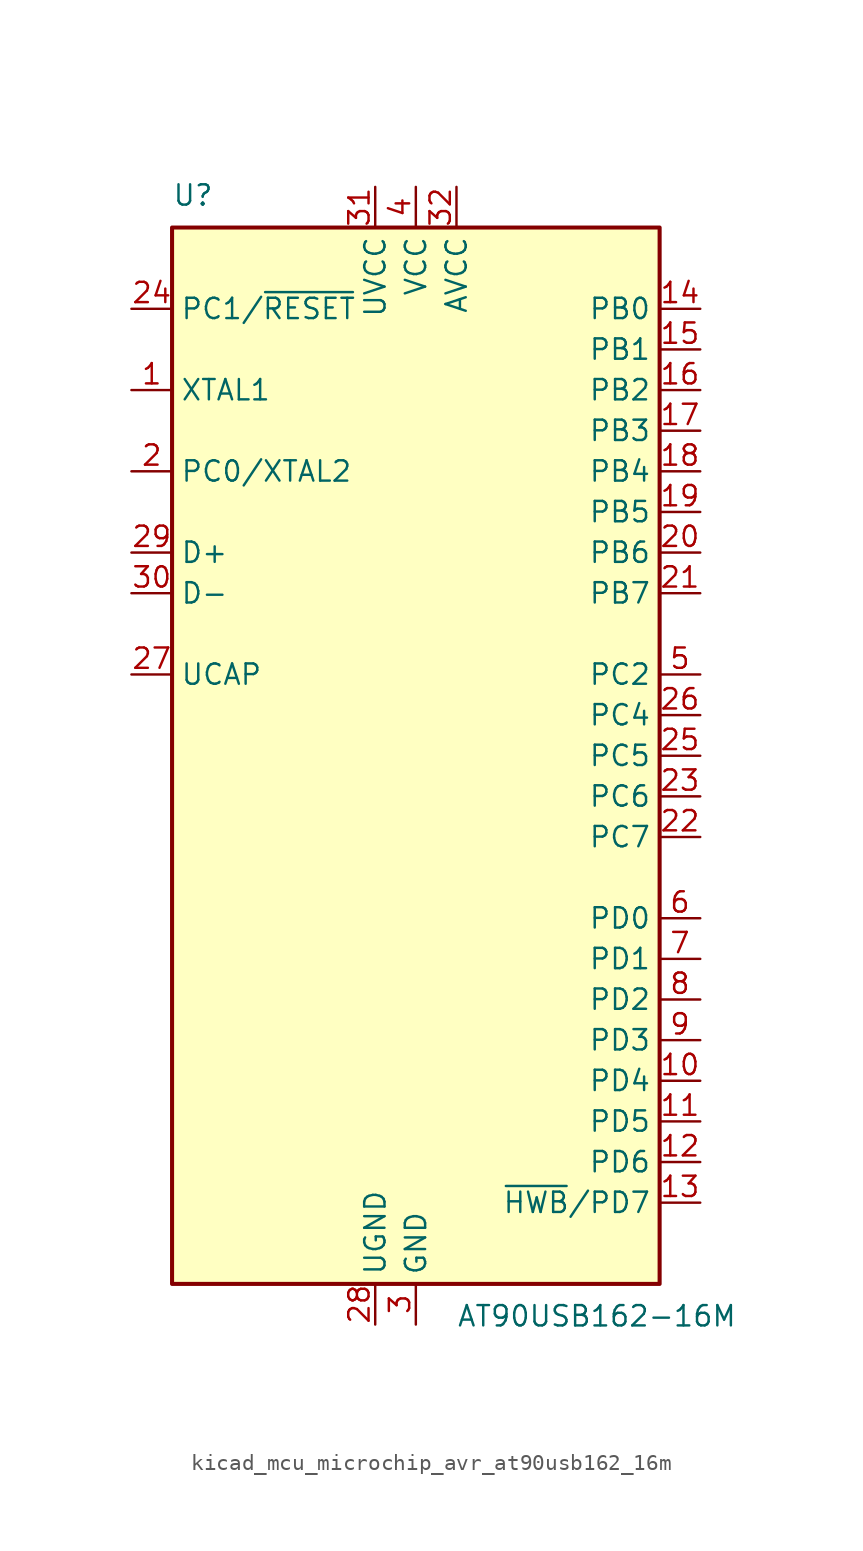
<source format=kicad_sym>
(kicad_symbol_lib
  (version 20220914)
  (generator kicad_symbol_editor)
  (symbol "kicad_mcu_microchip_avr_at90usb162_16m"
    (property "Reference" "U"
      (at -15.24 34.29 0)
      (effects (font (size 1.27 1.27)) (justify left bottom)))
    (property "Value" "AT90USB162-16M"
      (at 2.54 -34.29 0)
      (effects (font (size 1.27 1.27)) (justify left top)))
    (symbol "kicad_mcu_microchip_avr_at90usb162_16m_0_1"
      (rectangle (start -15.24 -33.02) (end 15.24 33.02) (stroke (width 0.254) (type default)) (fill (type background))))
    (symbol "kicad_mcu_microchip_avr_at90usb162_16m_1_1"
      (pin input line (at -17.78 22.86 0) (length 2.54) (name "XTAL1" (effects (font (size 1.27 1.27)))) (number "1" (effects (font (size 1.27 1.27)))))
      (pin bidirectional line (at 17.78 -20.32 180) (length 2.54) (name "PD4" (effects (font (size 1.27 1.27)))) (number "10" (effects (font (size 1.27 1.27)))))
      (pin bidirectional line (at 17.78 -22.86 180) (length 2.54) (name "PD5" (effects (font (size 1.27 1.27)))) (number "11" (effects (font (size 1.27 1.27)))))
      (pin bidirectional line (at 17.78 -25.4 180) (length 2.54) (name "PD6" (effects (font (size 1.27 1.27)))) (number "12" (effects (font (size 1.27 1.27)))))
      (pin bidirectional line (at 17.78 -27.94 180) (length 2.54) (name "~{HWB}/PD7" (effects (font (size 1.27 1.27)))) (number "13" (effects (font (size 1.27 1.27)))))
      (pin bidirectional line (at 17.78 27.94 180) (length 2.54) (name "PB0" (effects (font (size 1.27 1.27)))) (number "14" (effects (font (size 1.27 1.27)))))
      (pin bidirectional line (at 17.78 25.4 180) (length 2.54) (name "PB1" (effects (font (size 1.27 1.27)))) (number "15" (effects (font (size 1.27 1.27)))))
      (pin bidirectional line (at 17.78 22.86 180) (length 2.54) (name "PB2" (effects (font (size 1.27 1.27)))) (number "16" (effects (font (size 1.27 1.27)))))
      (pin bidirectional line (at 17.78 20.32 180) (length 2.54) (name "PB3" (effects (font (size 1.27 1.27)))) (number "17" (effects (font (size 1.27 1.27)))))
      (pin bidirectional line (at 17.78 17.78 180) (length 2.54) (name "PB4" (effects (font (size 1.27 1.27)))) (number "18" (effects (font (size 1.27 1.27)))))
      (pin bidirectional line (at 17.78 15.24 180) (length 2.54) (name "PB5" (effects (font (size 1.27 1.27)))) (number "19" (effects (font (size 1.27 1.27)))))
      (pin bidirectional line (at -17.78 17.78 0) (length 2.54) (name "PC0/XTAL2" (effects (font (size 1.27 1.27)))) (number "2" (effects (font (size 1.27 1.27)))))
      (pin bidirectional line (at 17.78 12.7 180) (length 2.54) (name "PB6" (effects (font (size 1.27 1.27)))) (number "20" (effects (font (size 1.27 1.27)))))
      (pin bidirectional line (at 17.78 10.16 180) (length 2.54) (name "PB7" (effects (font (size 1.27 1.27)))) (number "21" (effects (font (size 1.27 1.27)))))
      (pin bidirectional line (at 17.78 -5.08 180) (length 2.54) (name "PC7" (effects (font (size 1.27 1.27)))) (number "22" (effects (font (size 1.27 1.27)))))
      (pin bidirectional line (at 17.78 -2.54 180) (length 2.54) (name "PC6" (effects (font (size 1.27 1.27)))) (number "23" (effects (font (size 1.27 1.27)))))
      (pin bidirectional line (at -17.78 27.94 0) (length 2.54) (name "PC1/~{RESET}" (effects (font (size 1.27 1.27)))) (number "24" (effects (font (size 1.27 1.27)))))
      (pin bidirectional line (at 17.78 0 180) (length 2.54) (name "PC5" (effects (font (size 1.27 1.27)))) (number "25" (effects (font (size 1.27 1.27)))))
      (pin bidirectional line (at 17.78 2.54 180) (length 2.54) (name "PC4" (effects (font (size 1.27 1.27)))) (number "26" (effects (font (size 1.27 1.27)))))
      (pin passive line (at -17.78 5.08 0) (length 2.54) (name "UCAP" (effects (font (size 1.27 1.27)))) (number "27" (effects (font (size 1.27 1.27)))))
      (pin power_in line (at -2.54 -35.56 90) (length 2.54) (name "UGND" (effects (font (size 1.27 1.27)))) (number "28" (effects (font (size 1.27 1.27)))))
      (pin bidirectional line (at -17.78 12.7 0) (length 2.54) (name "D+" (effects (font (size 1.27 1.27)))) (number "29" (effects (font (size 1.27 1.27)))))
      (pin power_in line (at 0 -35.56 90) (length 2.54) (name "GND" (effects (font (size 1.27 1.27)))) (number "3" (effects (font (size 1.27 1.27)))))
      (pin bidirectional line (at -17.78 10.16 0) (length 2.54) (name "D-" (effects (font (size 1.27 1.27)))) (number "30" (effects (font (size 1.27 1.27)))))
      (pin power_in line (at -2.54 35.56 270) (length 2.54) (name "UVCC" (effects (font (size 1.27 1.27)))) (number "31" (effects (font (size 1.27 1.27)))))
      (pin power_in line (at 2.54 35.56 270) (length 2.54) (name "AVCC" (effects (font (size 1.27 1.27)))) (number "32" (effects (font (size 1.27 1.27)))))
      (pin passive line (at 0 -35.56 90) (length 2.54) hide (name "GND" (effects (font (size 1.27 1.27)))) (number "33" (effects (font (size 1.27 1.27)))))
      (pin power_in line (at 0 35.56 270) (length 2.54) (name "VCC" (effects (font (size 1.27 1.27)))) (number "4" (effects (font (size 1.27 1.27)))))
      (pin bidirectional line (at 17.78 5.08 180) (length 2.54) (name "PC2" (effects (font (size 1.27 1.27)))) (number "5" (effects (font (size 1.27 1.27)))))
      (pin bidirectional line (at 17.78 -10.16 180) (length 2.54) (name "PD0" (effects (font (size 1.27 1.27)))) (number "6" (effects (font (size 1.27 1.27)))))
      (pin bidirectional line (at 17.78 -12.7 180) (length 2.54) (name "PD1" (effects (font (size 1.27 1.27)))) (number "7" (effects (font (size 1.27 1.27)))))
      (pin bidirectional line (at 17.78 -15.24 180) (length 2.54) (name "PD2" (effects (font (size 1.27 1.27)))) (number "8" (effects (font (size 1.27 1.27)))))
      (pin bidirectional line (at 17.78 -17.78 180) (length 2.54) (name "PD3" (effects (font (size 1.27 1.27)))) (number "9" (effects (font (size 1.27 1.27))))))))
</source>
